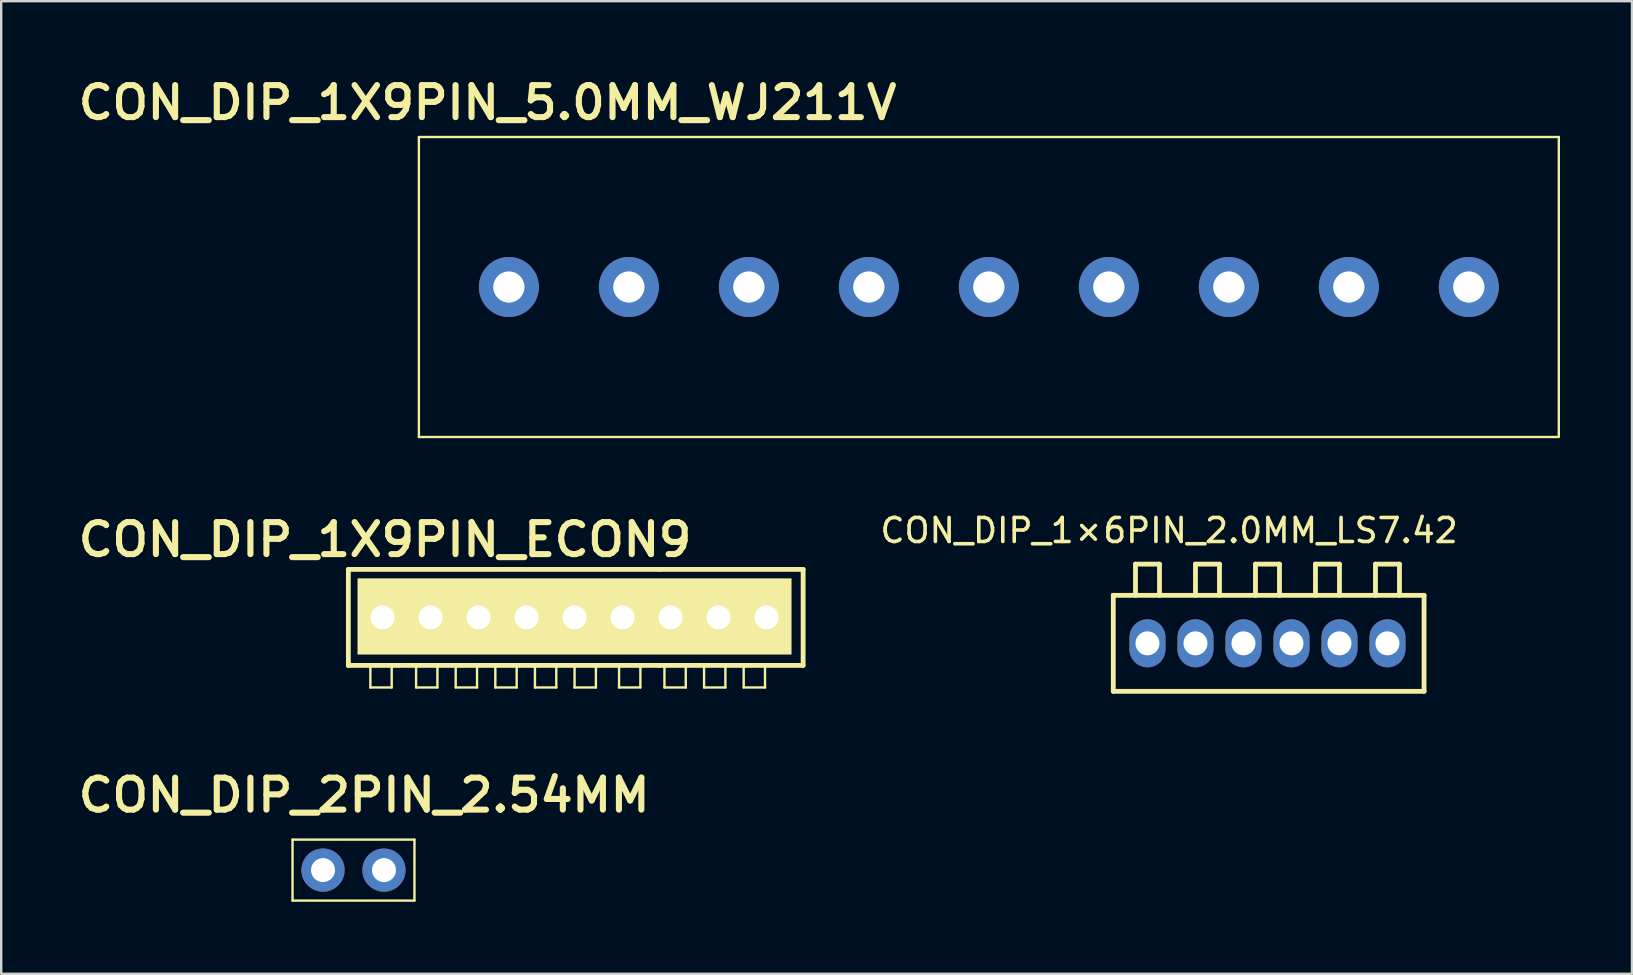
<source format=kicad_pcb>
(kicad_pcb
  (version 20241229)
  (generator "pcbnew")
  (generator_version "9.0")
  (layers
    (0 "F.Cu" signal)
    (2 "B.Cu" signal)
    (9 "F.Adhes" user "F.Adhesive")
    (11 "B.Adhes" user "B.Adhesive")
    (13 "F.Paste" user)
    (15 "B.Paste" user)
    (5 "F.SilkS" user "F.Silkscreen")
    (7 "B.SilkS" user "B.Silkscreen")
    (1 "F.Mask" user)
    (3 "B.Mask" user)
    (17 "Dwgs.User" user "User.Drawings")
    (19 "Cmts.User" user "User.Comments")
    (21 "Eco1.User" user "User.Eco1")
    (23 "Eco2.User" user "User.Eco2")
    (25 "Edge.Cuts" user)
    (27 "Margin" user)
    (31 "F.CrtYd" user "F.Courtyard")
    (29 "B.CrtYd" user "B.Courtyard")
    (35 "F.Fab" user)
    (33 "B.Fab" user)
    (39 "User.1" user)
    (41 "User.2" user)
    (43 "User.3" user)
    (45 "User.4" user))
  (footprint "CON_DIP_1X9PIN_5.0MM_WJ211V"
    (layer "F.Cu")
    (at 38.094 8.719)
    (property "Reference" "CON_DIP_1X9PIN_5.0MM_WJ211V" (at -20.828 -7.493 0) (unlocked yes) (layer "F.SilkS") (effects (font (size 1.333 1.402) (thickness 0.254))))
    (attr smd)
    (fp_line (start -23.689 -6.059) (end 23.811 -6.059) (stroke (width 0.1) (type solid)) (layer "F.SilkS"))
    (fp_line (start -23.689 6.441) (end -23.689 -6.059) (stroke (width 0.1) (type solid)) (layer "F.SilkS"))
    (fp_line (start -23.689 6.441) (end 23.749 6.441) (stroke (width 0.1) (type solid)) (layer "F.SilkS"))
    (fp_line (start 23.811 6.441) (end 23.811 -6.059) (stroke (width 0.1) (type solid)) (layer "F.SilkS"))
    (pad "1" thru_hole circle (at -19.939 0.191) (size 2.5 2.5) (drill 1.3) (layers "*.Cu" "*.Mask"))
    (pad "2" thru_hole circle (at -14.939 0.191) (size 2.5 2.5) (drill 1.3) (layers "*.Cu" "*.Mask"))
    (pad "3" thru_hole circle (at -9.939 0.191) (size 2.5 2.5) (drill 1.3) (layers "*.Cu" "*.Mask"))
    (pad "4" thru_hole circle (at -4.939 0.191) (size 2.5 2.5) (drill 1.3) (layers "*.Cu" "*.Mask"))
    (pad "5" thru_hole circle (at 0.061 0.191) (size 2.5 2.5) (drill 1.3) (layers "*.Cu" "*.Mask"))
    (pad "6" thru_hole circle (at 5.061 0.191) (size 2.5 2.5) (drill 1.3) (layers "*.Cu" "*.Mask"))
    (pad "7" thru_hole circle (at 10.061 0.191) (size 2.5 2.5) (drill 1.3) (layers "*.Cu" "*.Mask"))
    (pad "8" thru_hole circle (at 15.061 0.191) (size 2.5 2.5) (drill 1.3) (layers "*.Cu" "*.Mask"))
    (pad "9" thru_hole circle (at 20.061 0.191) (size 2.5 2.5) (drill 1.3) (layers "*.Cu" "*.Mask")))
  (footprint "CON_DIP_1×6PIN_2.0MM_LS7.42"
    (layer "F.Cu")
    (at 49.765 23.757)
    (property "Reference" "CON_DIP_1×6PIN_2.0MM_LS7.42" (at -4.1 -4.7 0) (layer "F.SilkS") (effects (font (size 1 1) (thickness 0.15))))
    (attr through_hole)
    (fp_line (start -6.425 -2) (end -6.425 -2) (stroke (width 0.2) (type solid)) (layer "F.SilkS"))
    (fp_line (start -6.425 -2) (end 6.525 -2) (stroke (width 0.2) (type solid)) (layer "F.SilkS"))
    (fp_line (start -6.425 2) (end -6.425 -2) (stroke (width 0.2) (type solid)) (layer "F.SilkS"))
    (fp_line (start -6.425 2) (end 6.525 2) (stroke (width 0.2) (type solid)) (layer "F.SilkS"))
    (fp_line (start -5.5 -3.3) (end -4.5 -3.3) (stroke (width 0.2) (type solid)) (layer "F.SilkS"))
    (fp_line (start -5.5 -2) (end -5.5 -3.3) (stroke (width 0.2) (type solid)) (layer "F.SilkS"))
    (fp_line (start -4.5 -3.3) (end -4.5 -2) (stroke (width 0.2) (type solid)) (layer "F.SilkS"))
    (fp_line (start -3 -3.3) (end -2 -3.3) (stroke (width 0.2) (type solid)) (layer "F.SilkS"))
    (fp_line (start -3 -2) (end -3 -3.3) (stroke (width 0.2) (type solid)) (layer "F.SilkS"))
    (fp_line (start -2 -3.3) (end -2 -2) (stroke (width 0.2) (type solid)) (layer "F.SilkS"))
    (fp_line (start -0.5 -3.3) (end 0.5 -3.3) (stroke (width 0.2) (type solid)) (layer "F.SilkS"))
    (fp_line (start -0.5 -2) (end -0.5 -3.3) (stroke (width 0.2) (type solid)) (layer "F.SilkS"))
    (fp_line (start 0.5 -3.3) (end 0.5 -2) (stroke (width 0.2) (type solid)) (layer "F.SilkS"))
    (fp_line (start 2 -3.3) (end 3 -3.3) (stroke (width 0.2) (type solid)) (layer "F.SilkS"))
    (fp_line (start 2 -2) (end 2 -3.3) (stroke (width 0.2) (type solid)) (layer "F.SilkS"))
    (fp_line (start 3 -3.3) (end 3 -2) (stroke (width 0.2) (type solid)) (layer "F.SilkS"))
    (fp_line (start 4.5 -3.3) (end 5.5 -3.3) (stroke (width 0.2) (type solid)) (layer "F.SilkS"))
    (fp_line (start 4.5 -2) (end 4.5 -3.3) (stroke (width 0.2) (type solid)) (layer "F.SilkS"))
    (fp_line (start 5.5 -3.3) (end 5.5 -2) (stroke (width 0.2) (type solid)) (layer "F.SilkS"))
    (fp_line (start 6.525 2) (end 6.525 -2) (stroke (width 0.2) (type solid)) (layer "F.SilkS"))
    (pad "1" thru_hole oval (at -5 0) (size 1.5 2) (drill 1) (layers "*.Cu" "*.Mask"))
    (pad "2" thru_hole oval (at -3 0) (size 1.5 2) (drill 1) (layers "*.Cu" "*.Mask"))
    (pad "3" thru_hole oval (at -1 0) (size 1.5 2) (drill 1) (layers "*.Cu" "*.Mask"))
    (pad "4" thru_hole oval (at 1 0) (size 1.5 2) (drill 1) (layers "*.Cu" "*.Mask"))
    (pad "5" thru_hole oval (at 3 0) (size 1.5 2) (drill 1) (layers "*.Cu" "*.Mask"))
    (pad "6" thru_hole oval (at 5 0) (size 1.5 2) (drill 1) (layers "*.Cu" "*.Mask")))
  (footprint "CON_DIP_1X9PIN_ECON9"
    (layer "F.Cu")
    (at 20.359 22.8)
    (property "Reference" "CON_DIP_1X9PIN_ECON9" (at -7.366 -3.365 0) (unlocked yes) (layer "F.SilkS") (effects (font (size 1.333 1.402) (thickness 0.254))))
    (attr smd)
    (fp_line (start -8.893 -2.124) (end 4.057 -2.124) (stroke (width 0.2) (type solid)) (layer "F.SilkS"))
    (fp_line (start -8.893 1.876) (end -8.893 -2.124) (stroke (width 0.2) (type solid)) (layer "F.SilkS"))
    (fp_line (start -8.893 1.876) (end -8.893 1.876) (stroke (width 0.2) (type solid)) (layer "F.SilkS"))
    (fp_line (start -8.893 1.876) (end 4.057 1.876) (stroke (width 0.2) (type solid)) (layer "F.SilkS"))
    (fp_line (start -7.976 2.797) (end -7.976 1.876) (stroke (width 0.1) (type solid)) (layer "F.SilkS"))
    (fp_line (start -7.976 2.797) (end -7.087 2.797) (stroke (width 0.1) (type solid)) (layer "F.SilkS"))
    (fp_line (start -7.087 2.797) (end -7.087 1.876) (stroke (width 0.1) (type solid)) (layer "F.SilkS"))
    (fp_line (start -6.071 2.797) (end -6.071 1.876) (stroke (width 0.1) (type solid)) (layer "F.SilkS"))
    (fp_line (start -6.071 2.797) (end -5.182 2.797) (stroke (width 0.1) (type solid)) (layer "F.SilkS"))
    (fp_line (start -5.182 2.797) (end -5.182 1.876) (stroke (width 0.1) (type solid)) (layer "F.SilkS"))
    (fp_line (start -4.42 2.797) (end -4.42 1.876) (stroke (width 0.1) (type solid)) (layer "F.SilkS"))
    (fp_line (start -4.42 2.797) (end -3.531 2.797) (stroke (width 0.1) (type solid)) (layer "F.SilkS"))
    (fp_line (start -3.531 2.797) (end -3.531 1.876) (stroke (width 0.1) (type solid)) (layer "F.SilkS"))
    (fp_line (start -2.769 2.797) (end -2.769 1.876) (stroke (width 0.1) (type solid)) (layer "F.SilkS"))
    (fp_line (start -2.769 2.797) (end -1.88 2.797) (stroke (width 0.1) (type solid)) (layer "F.SilkS"))
    (fp_line (start -1.88 2.797) (end -1.88 1.876) (stroke (width 0.1) (type solid)) (layer "F.SilkS"))
    (fp_line (start -1.118 2.797) (end -1.118 1.876) (stroke (width 0.1) (type solid)) (layer "F.SilkS"))
    (fp_line (start -1.118 2.797) (end -0.229 2.797) (stroke (width 0.1) (type solid)) (layer "F.SilkS"))
    (fp_line (start -0.229 2.797) (end -0.229 1.876) (stroke (width 0.1) (type solid)) (layer "F.SilkS"))
    (fp_line (start 0.533 2.797) (end 0.533 1.876) (stroke (width 0.1) (type solid)) (layer "F.SilkS"))
    (fp_line (start 0.533 2.797) (end 1.422 2.797) (stroke (width 0.1) (type solid)) (layer "F.SilkS"))
    (fp_line (start 1.422 2.797) (end 1.422 1.876) (stroke (width 0.1) (type solid)) (layer "F.SilkS"))
    (fp_line (start 2.387 2.797) (end 2.387 1.876) (stroke (width 0.1) (type solid)) (layer "F.SilkS"))
    (fp_line (start 2.387 2.797) (end 3.276 2.797) (stroke (width 0.1) (type solid)) (layer "F.SilkS"))
    (fp_line (start 3.276 2.797) (end 3.276 1.876) (stroke (width 0.1) (type solid)) (layer "F.SilkS"))
    (fp_line (start 4.057 -2.124) (end 10.057 -2.124) (stroke (width 0.2) (type solid)) (layer "F.SilkS"))
    (fp_line (start 4.057 1.876) (end 10.057 1.876) (stroke (width 0.127) (type solid)) (layer "F.SilkS"))
    (fp_line (start 4.057 1.876) (end 10.057 1.876) (stroke (width 0.2) (type solid)) (layer "F.SilkS"))
    (fp_line (start 4.278 2.797) (end 4.278 1.876) (stroke (width 0.1) (type solid)) (layer "F.SilkS"))
    (fp_line (start 4.278 2.797) (end 5.167 2.797) (stroke (width 0.1) (type solid)) (layer "F.SilkS"))
    (fp_line (start 5.167 2.797) (end 5.167 1.876) (stroke (width 0.1) (type solid)) (layer "F.SilkS"))
    (fp_line (start 5.929 2.797) (end 5.929 1.876) (stroke (width 0.1) (type solid)) (layer "F.SilkS"))
    (fp_line (start 5.929 2.797) (end 6.818 2.797) (stroke (width 0.1) (type solid)) (layer "F.SilkS"))
    (fp_line (start 6.818 2.797) (end 6.818 1.876) (stroke (width 0.1) (type solid)) (layer "F.SilkS"))
    (fp_line (start 7.58 2.797) (end 7.58 1.876) (stroke (width 0.1) (type solid)) (layer "F.SilkS"))
    (fp_line (start 7.58 2.797) (end 8.469 2.797) (stroke (width 0.1) (type solid)) (layer "F.SilkS"))
    (fp_line (start 8.469 2.797) (end 8.469 1.876) (stroke (width 0.1) (type solid)) (layer "F.SilkS"))
    (fp_line (start 10.057 1.876) (end 10.057 -2.124) (stroke (width 0.2) (type solid)) (layer "F.SilkS"))
    (fp_poly (pts (xy -8.511 1.425) (xy 9.574 1.425) (xy 9.574 -1.75) (xy -8.511 -1.75)) (stroke (width 0) (type solid)) (fill yes) (layer "F.SilkS"))
    (pad "1" thru_hole oval (at -7.468 -0.124) (size 1.3 1.2) (drill 1) (layers "*.Cu" "*.Mask"))
    (pad "2" thru_hole oval (at -5.468 -0.124) (size 1.3 1.2) (drill 1) (layers "*.Cu" "*.Mask"))
    (pad "3" thru_hole oval (at -3.468 -0.124) (size 1.3 1.2) (drill 1) (layers "*.Cu" "*.Mask"))
    (pad "4" thru_hole oval (at -1.468 -0.124) (size 1.3 1.2) (drill 1) (layers "*.Cu" "*.Mask"))
    (pad "5" thru_hole oval (at 0.532 -0.124) (size 1.3 1.2) (drill 1) (layers "*.Cu" "*.Mask"))
    (pad "6" thru_hole oval (at 2.532 -0.124) (size 1.3 1.2) (drill 1) (layers "*.Cu" "*.Mask"))
    (pad "7" thru_hole oval (at 4.532 -0.124) (size 1.3 1.2) (drill 1) (layers "*.Cu" "*.Mask"))
    (pad "8" thru_hole oval (at 6.532 -0.124) (size 1.3 1.2) (drill 1) (layers "*.Cu" "*.Mask"))
    (pad "9" thru_hole oval (at 8.532 -0.124) (size 1.3 1.2) (drill 1) (layers "*.Cu" "*.Mask")))
  (footprint "CON_DIP_2PIN_2.54MM"
    (layer "F.Cu")
    (at 11.655 33.169)
    (property "Reference" "CON_DIP_2PIN_2.54MM" (at 0.47 -3.086 0) (unlocked yes) (layer "F.SilkS") (effects (font (size 1.333 1.402) (thickness 0.254))))
    (attr smd)
    (fp_line (start -2.515 1.308) (end -2.515 -1.232) (stroke (width 0.1) (type solid)) (layer "F.SilkS"))
    (fp_line (start 2.565 -1.232) (end -2.515 -1.232) (stroke (width 0.1) (type solid)) (layer "F.SilkS"))
    (fp_line (start 2.565 1.308) (end -2.515 1.308) (stroke (width 0.1) (type solid)) (layer "F.SilkS"))
    (fp_line (start 2.565 1.308) (end 2.565 -1.232) (stroke (width 0.1) (type solid)) (layer "F.SilkS"))
    (pad "1" thru_hole circle (at -1.245 0.038) (size 1.8 1.8) (drill 1) (layers "*.Cu" "*.Mask"))
    (pad "2" thru_hole circle (at 1.295 0.038) (size 1.8 1.8) (drill 1) (layers "*.Cu" "*.Mask")))
  (gr_rect
    (start -3 -3)
    (end 64.955 37.527)
    (stroke (width 0.1) (type default))
    (fill no)
    (layer "Edge.Cuts")))
</source>
